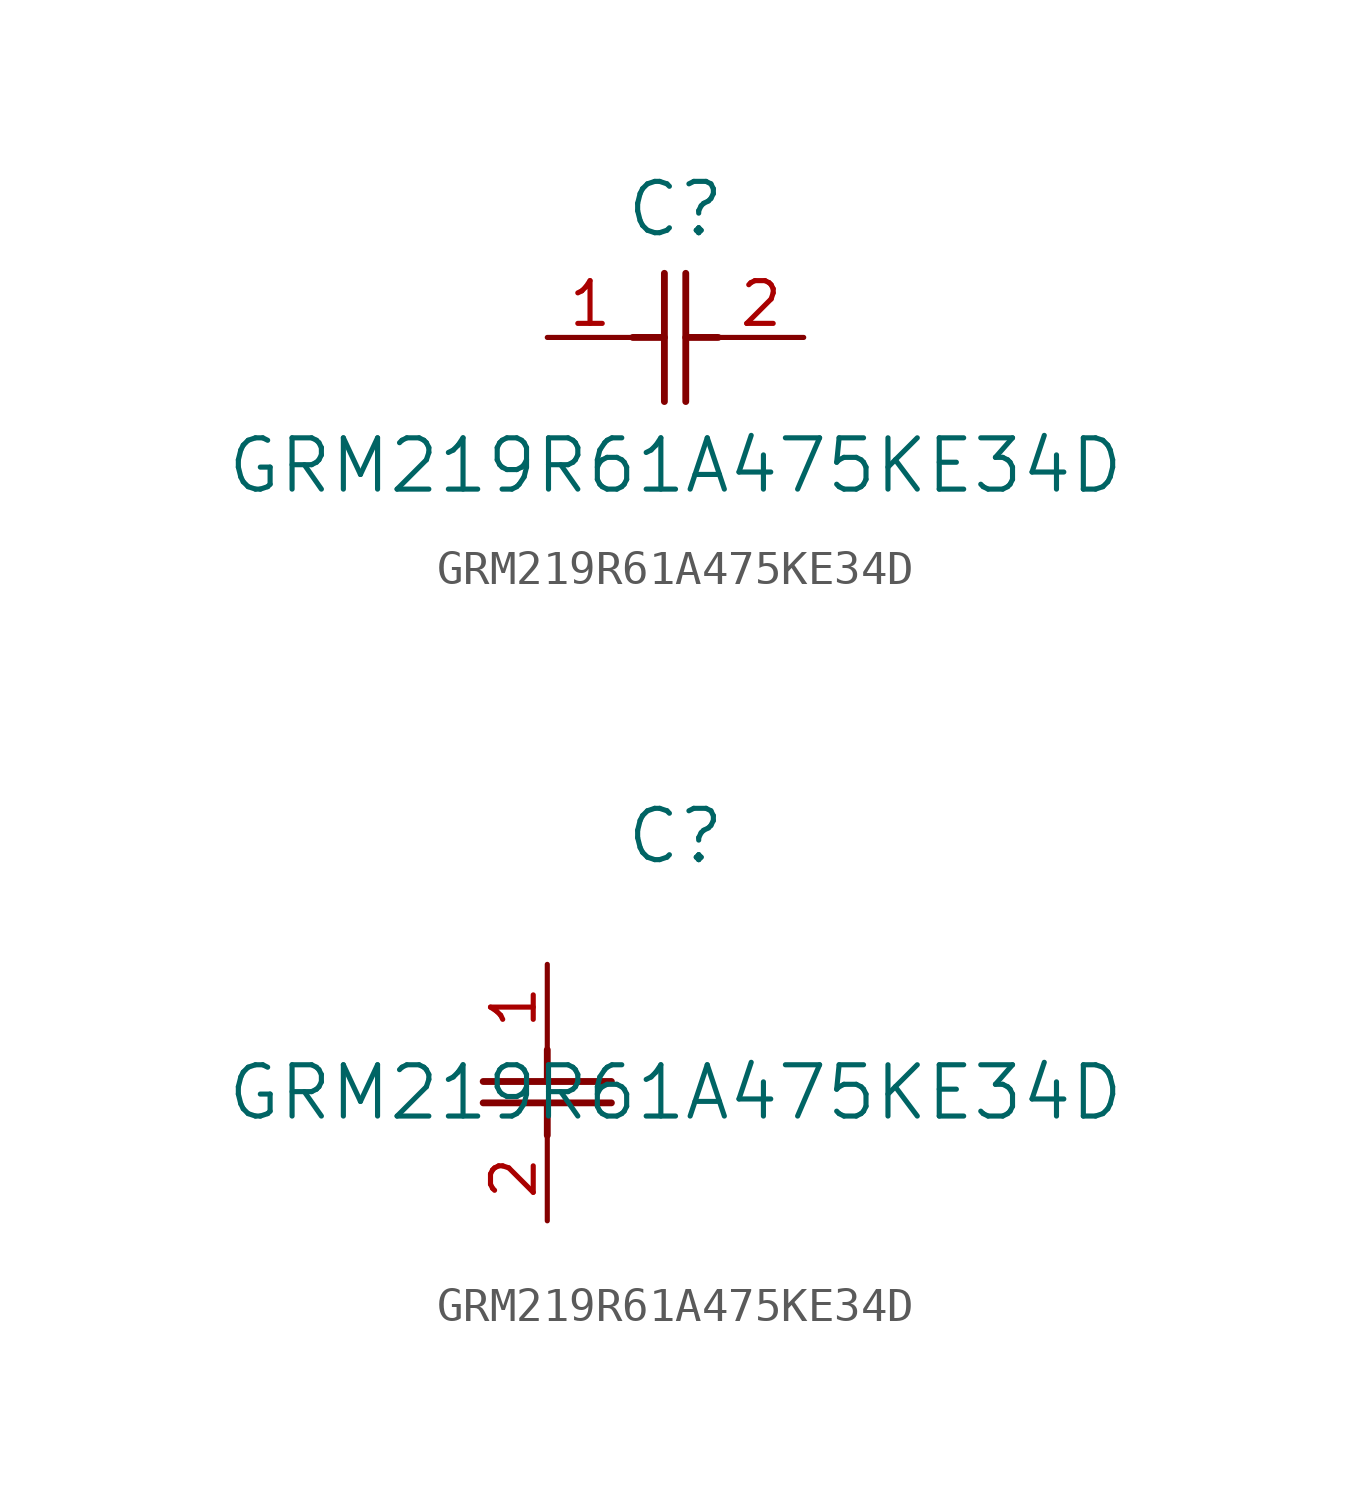
<source format=kicad_sym>
(kicad_symbol_lib
  (version 20231120)
  (generator "kicad_symbol_editor")
  (generator_version "8.0")
  (symbol "GRM219R61A475KE34D"
    (pin_names
      (offset 0.254))
    (property "Reference" "C"
      (at 3.81 3.81 0)
      (effects (font (size 1.524 1.524))))
    (property "Value" "GRM219R61A475KE34D"
      (at 3.81 -3.81 0)
      (effects (font (size 1.524 1.524))))
    (property "ki_locked" ""
      (at 0 0 0)
      (effects (font (size 1.27 1.27))))
    (symbol "GRM219R61A475KE34D_1_1"
      (polyline (pts (xy 2.54 0) (xy 3.48 0)) (stroke (width 0.203) (type default)) (fill (type none)))
      (polyline (pts (xy 3.48 -1.905) (xy 3.48 1.905)) (stroke (width 0.203) (type default)) (fill (type none)))
      (polyline (pts (xy 4.115 -1.905) (xy 4.115 1.905)) (stroke (width 0.203) (type default)) (fill (type none)))
      (polyline (pts (xy 4.115 0) (xy 5.08 0)) (stroke (width 0.203) (type default)) (fill (type none)))
      (pin passive line (at 0 0 0) (length 2.54) (name "" (effects (font (size 1.27 1.27)))) (number "1" (effects (font (size 1.27 1.27)))))
      (pin passive line (at 7.62 0 180) (length 2.54) (name "" (effects (font (size 1.27 1.27)))) (number "2" (effects (font (size 1.27 1.27))))))
    (symbol "GRM219R61A475KE34D_1_2"
      (polyline (pts (xy -1.905 -4.115) (xy 1.905 -4.115)) (stroke (width 0.203) (type default)) (fill (type none)))
      (polyline (pts (xy -1.905 -3.48) (xy 1.905 -3.48)) (stroke (width 0.203) (type default)) (fill (type none)))
      (polyline (pts (xy 0 -4.115) (xy 0 -5.08)) (stroke (width 0.203) (type default)) (fill (type none)))
      (polyline (pts (xy 0 -2.54) (xy 0 -3.48)) (stroke (width 0.203) (type default)) (fill (type none)))
      (pin unspecified line (at 0 0 270) (length 2.54) (name "" (effects (font (size 1.27 1.27)))) (number "1" (effects (font (size 1.27 1.27)))))
      (pin unspecified line (at 0 -7.62 90) (length 2.54) (name "" (effects (font (size 1.27 1.27)))) (number "2" (effects (font (size 1.27 1.27))))))))
</source>
